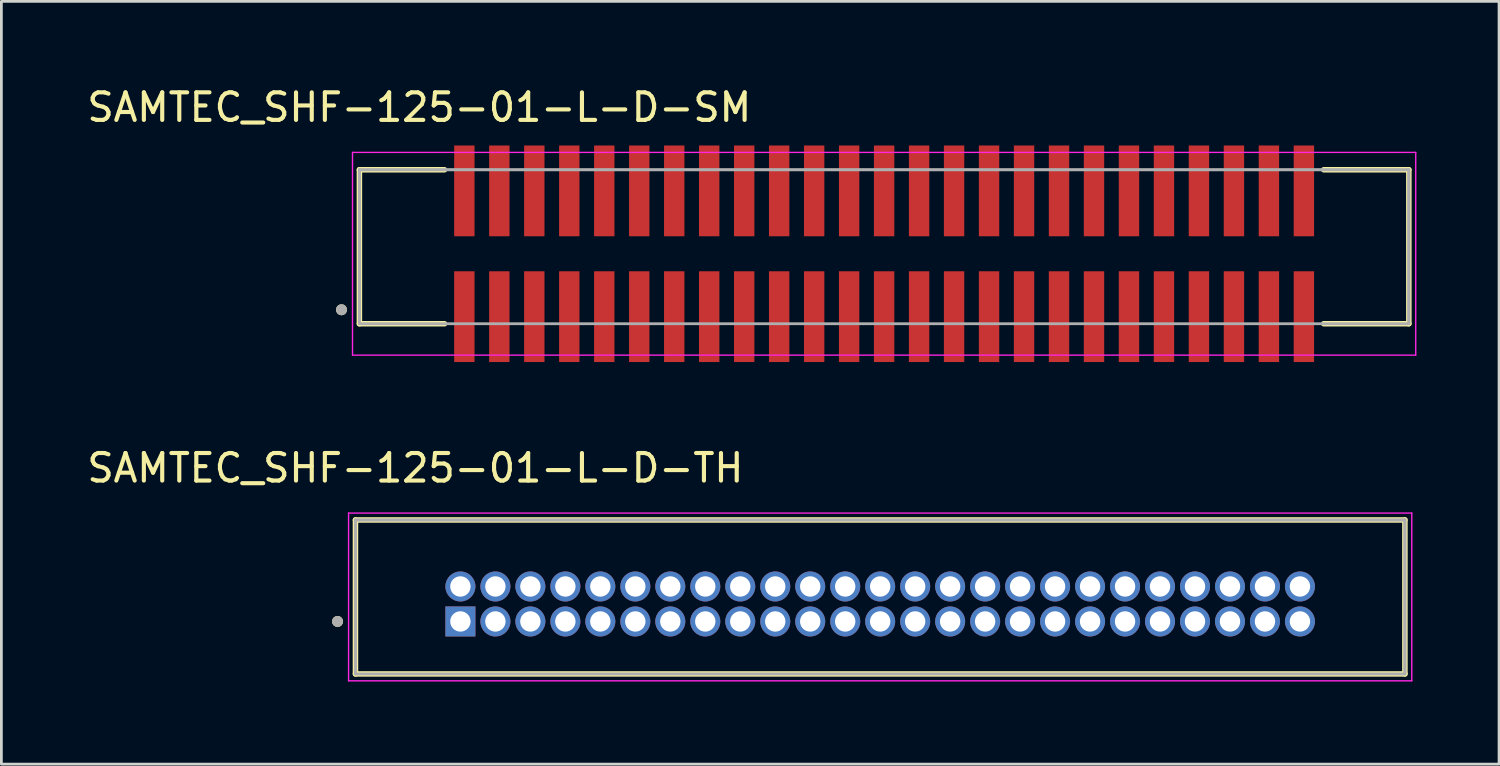
<source format=kicad_pcb>
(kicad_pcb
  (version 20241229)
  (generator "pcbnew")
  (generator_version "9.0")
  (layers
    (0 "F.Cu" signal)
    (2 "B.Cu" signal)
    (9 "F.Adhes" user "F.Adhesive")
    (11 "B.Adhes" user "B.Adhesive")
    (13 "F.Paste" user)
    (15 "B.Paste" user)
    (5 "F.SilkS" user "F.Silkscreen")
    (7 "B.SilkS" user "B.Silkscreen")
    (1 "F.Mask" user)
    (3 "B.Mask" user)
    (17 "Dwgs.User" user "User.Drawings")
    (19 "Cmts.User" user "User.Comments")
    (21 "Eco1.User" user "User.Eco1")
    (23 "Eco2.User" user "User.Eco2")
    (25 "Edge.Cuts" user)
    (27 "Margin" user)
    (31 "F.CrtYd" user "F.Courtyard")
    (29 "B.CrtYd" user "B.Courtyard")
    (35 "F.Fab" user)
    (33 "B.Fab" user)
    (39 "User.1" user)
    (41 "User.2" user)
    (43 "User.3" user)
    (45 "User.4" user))
  (footprint "SAMTEC_SHF-125-01-L-D-SM"
    (layer "F.Cu")
    (at 29.048 6.163)
    (property "Reference" "SAMTEC_SHF-125-01-L-D-SM" (at -16.875 -5.315 0) (layer "F.SilkS") (effects (font (size 1 1) (thickness 0.15))))
    (attr through_hole)
    (fp_line (start -19.05 -3.05) (end -15.96 -3.05) (stroke (width 0.2) (type solid)) (layer "F.SilkS"))
    (fp_line (start -19.05 2.54) (end -19.05 -3.05) (stroke (width 0.2) (type solid)) (layer "F.SilkS"))
    (fp_line (start -15.96 2.54) (end -19.05 2.54) (stroke (width 0.2) (type solid)) (layer "F.SilkS"))
    (fp_line (start 15.96 -3.05) (end 19.05 -3.05) (stroke (width 0.2) (type solid)) (layer "F.SilkS"))
    (fp_line (start 15.96 2.54) (end 19.05 2.54) (stroke (width 0.2) (type solid)) (layer "F.SilkS"))
    (fp_line (start 19.05 -3.05) (end 19.05 2.54) (stroke (width 0.2) (type solid)) (layer "F.SilkS"))
    (fp_circle (center -19.7 2.033) (end -19.6 2.033) (stroke (width 0.2) (type solid)) (fill no) (layer "F.SilkS"))
    (fp_line (start -19.3 -3.68) (end 19.3 -3.68) (stroke (width 0.05) (type solid)) (layer "F.CrtYd"))
    (fp_line (start -19.3 3.68) (end -19.3 -3.68) (stroke (width 0.05) (type solid)) (layer "F.CrtYd"))
    (fp_line (start 19.3 -3.68) (end 19.3 3.68) (stroke (width 0.05) (type solid)) (layer "F.CrtYd"))
    (fp_line (start 19.3 3.68) (end -19.3 3.68) (stroke (width 0.05) (type solid)) (layer "F.CrtYd"))
    (fp_line (start -19.05 -3.05) (end 19.05 -3.05) (stroke (width 0.1) (type solid)) (layer "F.Fab"))
    (fp_line (start -19.05 -3.05) (end 19.05 -3.05) (stroke (width 0.1) (type solid)) (layer "F.Fab"))
    (fp_line (start -19.05 2.54) (end -19.05 -3.05) (stroke (width 0.1) (type solid)) (layer "F.Fab"))
    (fp_line (start -19.05 2.54) (end -19.05 -3.05) (stroke (width 0.1) (type solid)) (layer "F.Fab"))
    (fp_line (start 19.05 -3.05) (end 19.05 2.54) (stroke (width 0.1) (type solid)) (layer "F.Fab"))
    (fp_line (start 19.05 -3.05) (end 19.05 2.54) (stroke (width 0.1) (type solid)) (layer "F.Fab"))
    (fp_line (start 19.05 2.54) (end -19.05 2.54) (stroke (width 0.1) (type solid)) (layer "F.Fab"))
    (fp_circle (center -19.7 2.033) (end -19.6 2.033) (stroke (width 0.2) (type solid)) (fill no) (layer "F.Fab"))
    (pad "1" smd rect (at -15.24 2.283) (size 0.74 3.295) (layers "F.Cu" "F.Mask" "F.Paste"))
    (pad "2" smd rect (at -15.24 -2.283) (size 0.74 3.295) (layers "F.Cu" "F.Mask" "F.Paste"))
    (pad "3" smd rect (at -13.97 2.283) (size 0.74 3.295) (layers "F.Cu" "F.Mask" "F.Paste"))
    (pad "4" smd rect (at -13.97 -2.283) (size 0.74 3.295) (layers "F.Cu" "F.Mask" "F.Paste"))
    (pad "5" smd rect (at -12.7 2.283) (size 0.74 3.295) (layers "F.Cu" "F.Mask" "F.Paste"))
    (pad "6" smd rect (at -12.7 -2.283) (size 0.74 3.295) (layers "F.Cu" "F.Mask" "F.Paste"))
    (pad "7" smd rect (at -11.43 2.283) (size 0.74 3.295) (layers "F.Cu" "F.Mask" "F.Paste"))
    (pad "8" smd rect (at -11.43 -2.283) (size 0.74 3.295) (layers "F.Cu" "F.Mask" "F.Paste"))
    (pad "9" smd rect (at -10.16 2.283) (size 0.74 3.295) (layers "F.Cu" "F.Mask" "F.Paste"))
    (pad "10" smd rect (at -10.16 -2.283) (size 0.74 3.295) (layers "F.Cu" "F.Mask" "F.Paste"))
    (pad "11" smd rect (at -8.89 2.283) (size 0.74 3.295) (layers "F.Cu" "F.Mask" "F.Paste"))
    (pad "12" smd rect (at -8.89 -2.283) (size 0.74 3.295) (layers "F.Cu" "F.Mask" "F.Paste"))
    (pad "13" smd rect (at -7.62 2.283) (size 0.74 3.295) (layers "F.Cu" "F.Mask" "F.Paste"))
    (pad "14" smd rect (at -7.62 -2.283) (size 0.74 3.295) (layers "F.Cu" "F.Mask" "F.Paste"))
    (pad "15" smd rect (at -6.35 2.283) (size 0.74 3.295) (layers "F.Cu" "F.Mask" "F.Paste"))
    (pad "16" smd rect (at -6.35 -2.283) (size 0.74 3.295) (layers "F.Cu" "F.Mask" "F.Paste"))
    (pad "17" smd rect (at -5.08 2.283) (size 0.74 3.295) (layers "F.Cu" "F.Mask" "F.Paste"))
    (pad "18" smd rect (at -5.08 -2.283) (size 0.74 3.295) (layers "F.Cu" "F.Mask" "F.Paste"))
    (pad "19" smd rect (at -3.81 2.283) (size 0.74 3.295) (layers "F.Cu" "F.Mask" "F.Paste"))
    (pad "20" smd rect (at -3.81 -2.283) (size 0.74 3.295) (layers "F.Cu" "F.Mask" "F.Paste"))
    (pad "21" smd rect (at -2.54 2.283) (size 0.74 3.295) (layers "F.Cu" "F.Mask" "F.Paste"))
    (pad "22" smd rect (at -2.54 -2.283) (size 0.74 3.295) (layers "F.Cu" "F.Mask" "F.Paste"))
    (pad "23" smd rect (at -1.27 2.283) (size 0.74 3.295) (layers "F.Cu" "F.Mask" "F.Paste"))
    (pad "24" smd rect (at -1.27 -2.283) (size 0.74 3.295) (layers "F.Cu" "F.Mask" "F.Paste"))
    (pad "25" smd rect (at 0 2.283) (size 0.74 3.295) (layers "F.Cu" "F.Mask" "F.Paste"))
    (pad "26" smd rect (at 0 -2.283) (size 0.74 3.295) (layers "F.Cu" "F.Mask" "F.Paste"))
    (pad "27" smd rect (at 1.27 2.283) (size 0.74 3.295) (layers "F.Cu" "F.Mask" "F.Paste"))
    (pad "28" smd rect (at 1.27 -2.283) (size 0.74 3.295) (layers "F.Cu" "F.Mask" "F.Paste"))
    (pad "29" smd rect (at 2.54 2.283) (size 0.74 3.295) (layers "F.Cu" "F.Mask" "F.Paste"))
    (pad "30" smd rect (at 2.54 -2.283) (size 0.74 3.295) (layers "F.Cu" "F.Mask" "F.Paste"))
    (pad "31" smd rect (at 3.81 2.283) (size 0.74 3.295) (layers "F.Cu" "F.Mask" "F.Paste"))
    (pad "32" smd rect (at 3.81 -2.283) (size 0.74 3.295) (layers "F.Cu" "F.Mask" "F.Paste"))
    (pad "33" smd rect (at 5.08 2.283) (size 0.74 3.295) (layers "F.Cu" "F.Mask" "F.Paste"))
    (pad "34" smd rect (at 5.08 -2.283) (size 0.74 3.295) (layers "F.Cu" "F.Mask" "F.Paste"))
    (pad "35" smd rect (at 6.35 2.283) (size 0.74 3.295) (layers "F.Cu" "F.Mask" "F.Paste"))
    (pad "36" smd rect (at 6.35 -2.283) (size 0.74 3.295) (layers "F.Cu" "F.Mask" "F.Paste"))
    (pad "37" smd rect (at 7.62 2.283) (size 0.74 3.295) (layers "F.Cu" "F.Mask" "F.Paste"))
    (pad "38" smd rect (at 7.62 -2.283) (size 0.74 3.295) (layers "F.Cu" "F.Mask" "F.Paste"))
    (pad "39" smd rect (at 8.89 2.283) (size 0.74 3.295) (layers "F.Cu" "F.Mask" "F.Paste"))
    (pad "40" smd rect (at 8.89 -2.283) (size 0.74 3.295) (layers "F.Cu" "F.Mask" "F.Paste"))
    (pad "41" smd rect (at 10.16 2.283) (size 0.74 3.295) (layers "F.Cu" "F.Mask" "F.Paste"))
    (pad "42" smd rect (at 10.16 -2.283) (size 0.74 3.295) (layers "F.Cu" "F.Mask" "F.Paste"))
    (pad "43" smd rect (at 11.43 2.283) (size 0.74 3.295) (layers "F.Cu" "F.Mask" "F.Paste"))
    (pad "44" smd rect (at 11.43 -2.283) (size 0.74 3.295) (layers "F.Cu" "F.Mask" "F.Paste"))
    (pad "45" smd rect (at 12.7 2.283) (size 0.74 3.295) (layers "F.Cu" "F.Mask" "F.Paste"))
    (pad "46" smd rect (at 12.7 -2.283) (size 0.74 3.295) (layers "F.Cu" "F.Mask" "F.Paste"))
    (pad "47" smd rect (at 13.97 2.283) (size 0.74 3.295) (layers "F.Cu" "F.Mask" "F.Paste"))
    (pad "48" smd rect (at 13.97 -2.283) (size 0.74 3.295) (layers "F.Cu" "F.Mask" "F.Paste"))
    (pad "49" smd rect (at 15.24 2.283) (size 0.74 3.295) (layers "F.Cu" "F.Mask" "F.Paste"))
    (pad "50" smd rect (at 15.24 -2.283) (size 0.74 3.295) (layers "F.Cu" "F.Mask" "F.Paste")))
  (footprint "SAMTEC_SHF-125-01-L-D-TH"
    (layer "F.Cu")
    (at 28.905 18.877)
    (property "Reference" "SAMTEC_SHF-125-01-L-D-TH" (at -16.875 -4.935 0) (layer "F.SilkS") (effects (font (size 1 1) (thickness 0.15))))
    (attr through_hole)
    (fp_line (start -19.05 2.54) (end -19.05 -3.05) (stroke (width 0.2) (type solid)) (layer "F.SilkS"))
    (fp_line (start 19.05 -3.05) (end -19.05 -3.05) (stroke (width 0.2) (type solid)) (layer "F.SilkS"))
    (fp_line (start 19.05 -3.05) (end 19.05 2.54) (stroke (width 0.2) (type solid)) (layer "F.SilkS"))
    (fp_line (start 19.05 2.54) (end -19.05 2.54) (stroke (width 0.2) (type solid)) (layer "F.SilkS"))
    (fp_circle (center -19.7 0.635) (end -19.6 0.635) (stroke (width 0.2) (type solid)) (fill no) (layer "F.SilkS"))
    (fp_line (start -19.3 -3.3) (end 19.3 -3.3) (stroke (width 0.05) (type solid)) (layer "F.CrtYd"))
    (fp_line (start -19.3 2.79) (end -19.3 -3.3) (stroke (width 0.05) (type solid)) (layer "F.CrtYd"))
    (fp_line (start 19.3 -3.3) (end 19.3 2.79) (stroke (width 0.05) (type solid)) (layer "F.CrtYd"))
    (fp_line (start 19.3 2.79) (end -19.3 2.79) (stroke (width 0.05) (type solid)) (layer "F.CrtYd"))
    (fp_line (start -19.05 -3.05) (end 19.05 -3.05) (stroke (width 0.1) (type solid)) (layer "F.Fab"))
    (fp_line (start -19.05 -3.05) (end 19.05 -3.05) (stroke (width 0.1) (type solid)) (layer "F.Fab"))
    (fp_line (start -19.05 2.54) (end -19.05 -3.05) (stroke (width 0.1) (type solid)) (layer "F.Fab"))
    (fp_line (start -19.05 2.54) (end -19.05 -3.05) (stroke (width 0.1) (type solid)) (layer "F.Fab"))
    (fp_line (start 19.05 -3.05) (end 19.05 2.54) (stroke (width 0.1) (type solid)) (layer "F.Fab"))
    (fp_line (start 19.05 -3.05) (end 19.05 2.54) (stroke (width 0.1) (type solid)) (layer "F.Fab"))
    (fp_line (start 19.05 2.54) (end -19.05 2.54) (stroke (width 0.1) (type solid)) (layer "F.Fab"))
    (fp_circle (center -19.7 0.635) (end -19.6 0.635) (stroke (width 0.2) (type solid)) (fill no) (layer "F.Fab"))
    (pad "1" thru_hole rect (at -15.24 0.635) (size 1.09 1.09) (drill 0.74) (layers "*.Cu" "*.Mask"))
    (pad "2" thru_hole circle (at -15.24 -0.635) (size 1.09 1.09) (drill 0.74) (layers "*.Cu" "*.Mask"))
    (pad "3" thru_hole circle (at -13.97 0.635) (size 1.09 1.09) (drill 0.74) (layers "*.Cu" "*.Mask"))
    (pad "4" thru_hole circle (at -13.97 -0.635) (size 1.09 1.09) (drill 0.74) (layers "*.Cu" "*.Mask"))
    (pad "5" thru_hole circle (at -12.7 0.635) (size 1.09 1.09) (drill 0.74) (layers "*.Cu" "*.Mask"))
    (pad "6" thru_hole circle (at -12.7 -0.635) (size 1.09 1.09) (drill 0.74) (layers "*.Cu" "*.Mask"))
    (pad "7" thru_hole circle (at -11.43 0.635) (size 1.09 1.09) (drill 0.74) (layers "*.Cu" "*.Mask"))
    (pad "8" thru_hole circle (at -11.43 -0.635) (size 1.09 1.09) (drill 0.74) (layers "*.Cu" "*.Mask"))
    (pad "9" thru_hole circle (at -10.16 0.635) (size 1.09 1.09) (drill 0.74) (layers "*.Cu" "*.Mask"))
    (pad "10" thru_hole circle (at -10.16 -0.635) (size 1.09 1.09) (drill 0.74) (layers "*.Cu" "*.Mask"))
    (pad "11" thru_hole circle (at -8.89 0.635) (size 1.09 1.09) (drill 0.74) (layers "*.Cu" "*.Mask"))
    (pad "12" thru_hole circle (at -8.89 -0.635) (size 1.09 1.09) (drill 0.74) (layers "*.Cu" "*.Mask"))
    (pad "13" thru_hole circle (at -7.62 0.635) (size 1.09 1.09) (drill 0.74) (layers "*.Cu" "*.Mask"))
    (pad "14" thru_hole circle (at -7.62 -0.635) (size 1.09 1.09) (drill 0.74) (layers "*.Cu" "*.Mask"))
    (pad "15" thru_hole circle (at -6.35 0.635) (size 1.09 1.09) (drill 0.74) (layers "*.Cu" "*.Mask"))
    (pad "16" thru_hole circle (at -6.35 -0.635) (size 1.09 1.09) (drill 0.74) (layers "*.Cu" "*.Mask"))
    (pad "17" thru_hole circle (at -5.08 0.635) (size 1.09 1.09) (drill 0.74) (layers "*.Cu" "*.Mask"))
    (pad "18" thru_hole circle (at -5.08 -0.635) (size 1.09 1.09) (drill 0.74) (layers "*.Cu" "*.Mask"))
    (pad "19" thru_hole circle (at -3.81 0.635) (size 1.09 1.09) (drill 0.74) (layers "*.Cu" "*.Mask"))
    (pad "20" thru_hole circle (at -3.81 -0.635) (size 1.09 1.09) (drill 0.74) (layers "*.Cu" "*.Mask"))
    (pad "21" thru_hole circle (at -2.54 0.635) (size 1.09 1.09) (drill 0.74) (layers "*.Cu" "*.Mask"))
    (pad "22" thru_hole circle (at -2.54 -0.635) (size 1.09 1.09) (drill 0.74) (layers "*.Cu" "*.Mask"))
    (pad "23" thru_hole circle (at -1.27 0.635) (size 1.09 1.09) (drill 0.74) (layers "*.Cu" "*.Mask"))
    (pad "24" thru_hole circle (at -1.27 -0.635) (size 1.09 1.09) (drill 0.74) (layers "*.Cu" "*.Mask"))
    (pad "25" thru_hole circle (at 0 0.635) (size 1.09 1.09) (drill 0.74) (layers "*.Cu" "*.Mask"))
    (pad "26" thru_hole circle (at 0 -0.635) (size 1.09 1.09) (drill 0.74) (layers "*.Cu" "*.Mask"))
    (pad "27" thru_hole circle (at 1.27 0.635) (size 1.09 1.09) (drill 0.74) (layers "*.Cu" "*.Mask"))
    (pad "28" thru_hole circle (at 1.27 -0.635) (size 1.09 1.09) (drill 0.74) (layers "*.Cu" "*.Mask"))
    (pad "29" thru_hole circle (at 2.54 0.635) (size 1.09 1.09) (drill 0.74) (layers "*.Cu" "*.Mask"))
    (pad "30" thru_hole circle (at 2.54 -0.635) (size 1.09 1.09) (drill 0.74) (layers "*.Cu" "*.Mask"))
    (pad "31" thru_hole circle (at 3.81 0.635) (size 1.09 1.09) (drill 0.74) (layers "*.Cu" "*.Mask"))
    (pad "32" thru_hole circle (at 3.81 -0.635) (size 1.09 1.09) (drill 0.74) (layers "*.Cu" "*.Mask"))
    (pad "33" thru_hole circle (at 5.08 0.635) (size 1.09 1.09) (drill 0.74) (layers "*.Cu" "*.Mask"))
    (pad "34" thru_hole circle (at 5.08 -0.635) (size 1.09 1.09) (drill 0.74) (layers "*.Cu" "*.Mask"))
    (pad "35" thru_hole circle (at 6.35 0.635) (size 1.09 1.09) (drill 0.74) (layers "*.Cu" "*.Mask"))
    (pad "36" thru_hole circle (at 6.35 -0.635) (size 1.09 1.09) (drill 0.74) (layers "*.Cu" "*.Mask"))
    (pad "37" thru_hole circle (at 7.62 0.635) (size 1.09 1.09) (drill 0.74) (layers "*.Cu" "*.Mask"))
    (pad "38" thru_hole circle (at 7.62 -0.635) (size 1.09 1.09) (drill 0.74) (layers "*.Cu" "*.Mask"))
    (pad "39" thru_hole circle (at 8.89 0.635) (size 1.09 1.09) (drill 0.74) (layers "*.Cu" "*.Mask"))
    (pad "40" thru_hole circle (at 8.89 -0.635) (size 1.09 1.09) (drill 0.74) (layers "*.Cu" "*.Mask"))
    (pad "41" thru_hole circle (at 10.16 0.635) (size 1.09 1.09) (drill 0.74) (layers "*.Cu" "*.Mask"))
    (pad "42" thru_hole circle (at 10.16 -0.635) (size 1.09 1.09) (drill 0.74) (layers "*.Cu" "*.Mask"))
    (pad "43" thru_hole circle (at 11.43 0.635) (size 1.09 1.09) (drill 0.74) (layers "*.Cu" "*.Mask"))
    (pad "44" thru_hole circle (at 11.43 -0.635) (size 1.09 1.09) (drill 0.74) (layers "*.Cu" "*.Mask"))
    (pad "45" thru_hole circle (at 12.7 0.635) (size 1.09 1.09) (drill 0.74) (layers "*.Cu" "*.Mask"))
    (pad "46" thru_hole circle (at 12.7 -0.635) (size 1.09 1.09) (drill 0.74) (layers "*.Cu" "*.Mask"))
    (pad "47" thru_hole circle (at 13.97 0.635) (size 1.09 1.09) (drill 0.74) (layers "*.Cu" "*.Mask"))
    (pad "48" thru_hole circle (at 13.97 -0.635) (size 1.09 1.09) (drill 0.74) (layers "*.Cu" "*.Mask"))
    (pad "49" thru_hole circle (at 15.24 0.635) (size 1.09 1.09) (drill 0.74) (layers "*.Cu" "*.Mask"))
    (pad "50" thru_hole circle (at 15.24 -0.635) (size 1.09 1.09) (drill 0.74) (layers "*.Cu" "*.Mask")))
  (gr_rect
    (start -3 -3)
    (end 51.373 24.692)
    (stroke (width 0.1) (type default))
    (fill no)
    (layer "Edge.Cuts")))
</source>
